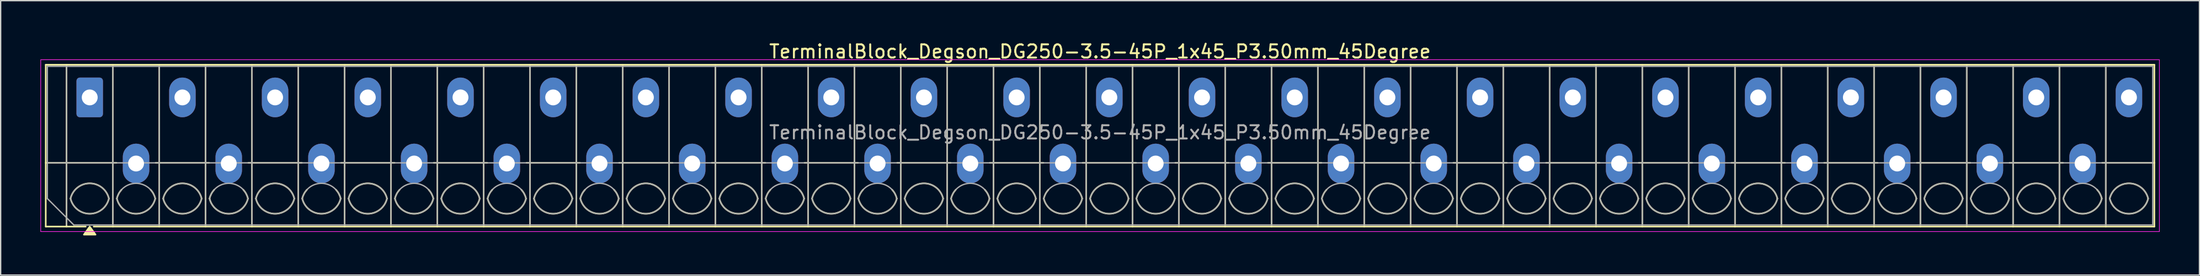
<source format=kicad_pcb>
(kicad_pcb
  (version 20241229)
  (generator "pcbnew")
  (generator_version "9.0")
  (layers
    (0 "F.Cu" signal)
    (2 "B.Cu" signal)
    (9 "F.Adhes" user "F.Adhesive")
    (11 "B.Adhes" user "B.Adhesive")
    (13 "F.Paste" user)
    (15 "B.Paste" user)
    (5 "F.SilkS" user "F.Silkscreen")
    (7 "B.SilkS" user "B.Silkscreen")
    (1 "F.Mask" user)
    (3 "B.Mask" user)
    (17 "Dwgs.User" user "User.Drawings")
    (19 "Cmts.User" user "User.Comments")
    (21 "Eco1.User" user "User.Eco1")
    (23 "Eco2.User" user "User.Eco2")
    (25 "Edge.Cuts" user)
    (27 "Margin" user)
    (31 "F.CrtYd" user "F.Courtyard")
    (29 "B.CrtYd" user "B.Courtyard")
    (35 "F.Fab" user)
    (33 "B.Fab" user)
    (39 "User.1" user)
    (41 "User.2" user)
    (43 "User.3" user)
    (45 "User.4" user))
  (footprint "TerminalBlock_Degson_DG250-3.5-45P_1x45_P3.50mm_45Degree"
    (layer "F.Cu")
    (at 3.725 4.318)
    (property "Reference" "TerminalBlock_Degson_DG250-3.5-45P_1x45_P3.50mm_45Degree" (at 76.3 -3.47 0) (layer "F.SilkS") (effects (font (size 1 1) (thickness 0.15))))
    (attr through_hole)
    (fp_line (start -3.32 -2.47) (end 155.92 -2.47) (stroke (width 0.12) (type solid)) (layer "F.SilkS"))
    (fp_line (start -3.32 4.95) (end 2.02 4.95) (stroke (width 0.12) (type solid)) (layer "F.SilkS"))
    (fp_line (start -3.32 9.77) (end -3.32 -2.47) (stroke (width 0.12) (type solid)) (layer "F.SilkS"))
    (fp_line (start -1.75 -2.47) (end -1.75 9.77) (stroke (width 0.12) (type solid)) (layer "F.SilkS"))
    (fp_line (start -0.3 9.77) (end -3.32 9.77) (stroke (width 0.12) (type solid)) (layer "F.SilkS"))
    (fp_line (start 1.75 -2.47) (end 1.75 9.77) (stroke (width 0.12) (type solid)) (layer "F.SilkS"))
    (fp_line (start 4.98 4.95) (end 9.02 4.95) (stroke (width 0.12) (type solid)) (layer "F.SilkS"))
    (fp_line (start 5.25 -2.47) (end 5.25 9.77) (stroke (width 0.12) (type solid)) (layer "F.SilkS"))
    (fp_line (start 8.75 -2.47) (end 8.75 9.77) (stroke (width 0.12) (type solid)) (layer "F.SilkS"))
    (fp_line (start 11.98 4.95) (end 16.02 4.95) (stroke (width 0.12) (type solid)) (layer "F.SilkS"))
    (fp_line (start 12.25 -2.47) (end 12.25 9.77) (stroke (width 0.12) (type solid)) (layer "F.SilkS"))
    (fp_line (start 15.75 -2.47) (end 15.75 9.77) (stroke (width 0.12) (type solid)) (layer "F.SilkS"))
    (fp_line (start 18.98 4.95) (end 23.02 4.95) (stroke (width 0.12) (type solid)) (layer "F.SilkS"))
    (fp_line (start 19.25 -2.47) (end 19.25 9.77) (stroke (width 0.12) (type solid)) (layer "F.SilkS"))
    (fp_line (start 22.75 -2.47) (end 22.75 9.77) (stroke (width 0.12) (type solid)) (layer "F.SilkS"))
    (fp_line (start 25.98 4.95) (end 30.02 4.95) (stroke (width 0.12) (type solid)) (layer "F.SilkS"))
    (fp_line (start 26.25 -2.47) (end 26.25 9.77) (stroke (width 0.12) (type solid)) (layer "F.SilkS"))
    (fp_line (start 29.75 -2.47) (end 29.75 9.77) (stroke (width 0.12) (type solid)) (layer "F.SilkS"))
    (fp_line (start 32.98 4.95) (end 37.02 4.95) (stroke (width 0.12) (type solid)) (layer "F.SilkS"))
    (fp_line (start 33.25 -2.47) (end 33.25 9.77) (stroke (width 0.12) (type solid)) (layer "F.SilkS"))
    (fp_line (start 36.75 -2.47) (end 36.75 9.77) (stroke (width 0.12) (type solid)) (layer "F.SilkS"))
    (fp_line (start 39.98 4.95) (end 44.02 4.95) (stroke (width 0.12) (type solid)) (layer "F.SilkS"))
    (fp_line (start 40.25 -2.47) (end 40.25 9.77) (stroke (width 0.12) (type solid)) (layer "F.SilkS"))
    (fp_line (start 43.75 -2.47) (end 43.75 9.77) (stroke (width 0.12) (type solid)) (layer "F.SilkS"))
    (fp_line (start 46.98 4.95) (end 51.02 4.95) (stroke (width 0.12) (type solid)) (layer "F.SilkS"))
    (fp_line (start 47.25 -2.47) (end 47.25 9.77) (stroke (width 0.12) (type solid)) (layer "F.SilkS"))
    (fp_line (start 50.75 -2.47) (end 50.75 9.77) (stroke (width 0.12) (type solid)) (layer "F.SilkS"))
    (fp_line (start 53.98 4.95) (end 58.02 4.95) (stroke (width 0.12) (type solid)) (layer "F.SilkS"))
    (fp_line (start 54.25 -2.47) (end 54.25 9.77) (stroke (width 0.12) (type solid)) (layer "F.SilkS"))
    (fp_line (start 57.75 -2.47) (end 57.75 9.77) (stroke (width 0.12) (type solid)) (layer "F.SilkS"))
    (fp_line (start 60.98 4.95) (end 65.02 4.95) (stroke (width 0.12) (type solid)) (layer "F.SilkS"))
    (fp_line (start 61.25 -2.47) (end 61.25 9.77) (stroke (width 0.12) (type solid)) (layer "F.SilkS"))
    (fp_line (start 64.75 -2.47) (end 64.75 9.77) (stroke (width 0.12) (type solid)) (layer "F.SilkS"))
    (fp_line (start 67.98 4.95) (end 72.02 4.95) (stroke (width 0.12) (type solid)) (layer "F.SilkS"))
    (fp_line (start 68.25 -2.47) (end 68.25 9.77) (stroke (width 0.12) (type solid)) (layer "F.SilkS"))
    (fp_line (start 71.75 -2.47) (end 71.75 9.77) (stroke (width 0.12) (type solid)) (layer "F.SilkS"))
    (fp_line (start 74.98 4.95) (end 79.02 4.95) (stroke (width 0.12) (type solid)) (layer "F.SilkS"))
    (fp_line (start 75.25 -2.47) (end 75.25 9.77) (stroke (width 0.12) (type solid)) (layer "F.SilkS"))
    (fp_line (start 78.75 -2.47) (end 78.75 9.77) (stroke (width 0.12) (type solid)) (layer "F.SilkS"))
    (fp_line (start 81.98 4.95) (end 86.02 4.95) (stroke (width 0.12) (type solid)) (layer "F.SilkS"))
    (fp_line (start 82.25 -2.47) (end 82.25 9.77) (stroke (width 0.12) (type solid)) (layer "F.SilkS"))
    (fp_line (start 85.75 -2.47) (end 85.75 9.77) (stroke (width 0.12) (type solid)) (layer "F.SilkS"))
    (fp_line (start 88.98 4.95) (end 93.02 4.95) (stroke (width 0.12) (type solid)) (layer "F.SilkS"))
    (fp_line (start 89.25 -2.47) (end 89.25 9.77) (stroke (width 0.12) (type solid)) (layer "F.SilkS"))
    (fp_line (start 92.75 -2.47) (end 92.75 9.77) (stroke (width 0.12) (type solid)) (layer "F.SilkS"))
    (fp_line (start 95.98 4.95) (end 100.02 4.95) (stroke (width 0.12) (type solid)) (layer "F.SilkS"))
    (fp_line (start 96.25 -2.47) (end 96.25 9.77) (stroke (width 0.12) (type solid)) (layer "F.SilkS"))
    (fp_line (start 99.75 -2.47) (end 99.75 9.77) (stroke (width 0.12) (type solid)) (layer "F.SilkS"))
    (fp_line (start 102.98 4.95) (end 107.02 4.95) (stroke (width 0.12) (type solid)) (layer "F.SilkS"))
    (fp_line (start 103.25 -2.47) (end 103.25 9.77) (stroke (width 0.12) (type solid)) (layer "F.SilkS"))
    (fp_line (start 106.75 -2.47) (end 106.75 9.77) (stroke (width 0.12) (type solid)) (layer "F.SilkS"))
    (fp_line (start 109.98 4.95) (end 114.02 4.95) (stroke (width 0.12) (type solid)) (layer "F.SilkS"))
    (fp_line (start 110.25 -2.47) (end 110.25 9.77) (stroke (width 0.12) (type solid)) (layer "F.SilkS"))
    (fp_line (start 113.75 -2.47) (end 113.75 9.77) (stroke (width 0.12) (type solid)) (layer "F.SilkS"))
    (fp_line (start 116.98 4.95) (end 121.02 4.95) (stroke (width 0.12) (type solid)) (layer "F.SilkS"))
    (fp_line (start 117.25 -2.47) (end 117.25 9.77) (stroke (width 0.12) (type solid)) (layer "F.SilkS"))
    (fp_line (start 120.75 -2.47) (end 120.75 9.77) (stroke (width 0.12) (type solid)) (layer "F.SilkS"))
    (fp_line (start 123.98 4.95) (end 128.02 4.95) (stroke (width 0.12) (type solid)) (layer "F.SilkS"))
    (fp_line (start 124.25 -2.47) (end 124.25 9.77) (stroke (width 0.12) (type solid)) (layer "F.SilkS"))
    (fp_line (start 127.75 -2.47) (end 127.75 9.77) (stroke (width 0.12) (type solid)) (layer "F.SilkS"))
    (fp_line (start 130.98 4.95) (end 135.02 4.95) (stroke (width 0.12) (type solid)) (layer "F.SilkS"))
    (fp_line (start 131.25 -2.47) (end 131.25 9.77) (stroke (width 0.12) (type solid)) (layer "F.SilkS"))
    (fp_line (start 134.75 -2.47) (end 134.75 9.77) (stroke (width 0.12) (type solid)) (layer "F.SilkS"))
    (fp_line (start 137.98 4.95) (end 142.02 4.95) (stroke (width 0.12) (type solid)) (layer "F.SilkS"))
    (fp_line (start 138.25 -2.47) (end 138.25 9.77) (stroke (width 0.12) (type solid)) (layer "F.SilkS"))
    (fp_line (start 141.75 -2.47) (end 141.75 9.77) (stroke (width 0.12) (type solid)) (layer "F.SilkS"))
    (fp_line (start 144.98 4.95) (end 149.02 4.95) (stroke (width 0.12) (type solid)) (layer "F.SilkS"))
    (fp_line (start 145.25 -2.47) (end 145.25 9.77) (stroke (width 0.12) (type solid)) (layer "F.SilkS"))
    (fp_line (start 148.75 -2.47) (end 148.75 9.77) (stroke (width 0.12) (type solid)) (layer "F.SilkS"))
    (fp_line (start 151.98 4.95) (end 155.92 4.95) (stroke (width 0.12) (type solid)) (layer "F.SilkS"))
    (fp_line (start 152.25 -2.47) (end 152.25 9.77) (stroke (width 0.12) (type solid)) (layer "F.SilkS"))
    (fp_line (start 155.92 -2.47) (end 155.92 9.77) (stroke (width 0.12) (type solid)) (layer "F.SilkS"))
    (fp_line (start 155.92 9.77) (end 0.3 9.77) (stroke (width 0.12) (type solid)) (layer "F.SilkS"))
    (fp_arc (start -1.45 7.65) (mid 0 6.5) (end 1.45 7.65) (stroke (width 0.12) (type solid)) (layer "F.SilkS"))
    (fp_arc (start 1.45 7.65) (mid 0 8.8) (end -1.45 7.65) (stroke (width 0.12) (type solid)) (layer "F.SilkS"))
    (fp_arc (start 2.05 7.65) (mid 2.18402 7.291962) (end 2.405 6.98) (stroke (width 0.12) (type solid)) (layer "F.SilkS"))
    (fp_arc (start 4.595 6.98) (mid 4.81598 7.291962) (end 4.95 7.65) (stroke (width 0.12) (type solid)) (layer "F.SilkS"))
    (fp_arc (start 4.95 7.65) (mid 3.5 8.8) (end 2.05 7.65) (stroke (width 0.12) (type solid)) (layer "F.SilkS"))
    (fp_arc (start 5.55 7.65) (mid 7 6.5) (end 8.45 7.65) (stroke (width 0.12) (type solid)) (layer "F.SilkS"))
    (fp_arc (start 8.45 7.65) (mid 7 8.8) (end 5.55 7.65) (stroke (width 0.12) (type solid)) (layer "F.SilkS"))
    (fp_arc (start 9.05 7.65) (mid 9.18402 7.291962) (end 9.405 6.98) (stroke (width 0.12) (type solid)) (layer "F.SilkS"))
    (fp_arc (start 11.595 6.98) (mid 11.81598 7.291962) (end 11.95 7.65) (stroke (width 0.12) (type solid)) (layer "F.SilkS"))
    (fp_arc (start 11.95 7.65) (mid 10.5 8.8) (end 9.05 7.65) (stroke (width 0.12) (type solid)) (layer "F.SilkS"))
    (fp_arc (start 12.55 7.65) (mid 14 6.5) (end 15.45 7.65) (stroke (width 0.12) (type solid)) (layer "F.SilkS"))
    (fp_arc (start 15.45 7.65) (mid 14 8.8) (end 12.55 7.65) (stroke (width 0.12) (type solid)) (layer "F.SilkS"))
    (fp_arc (start 16.05 7.65) (mid 16.18402 7.291962) (end 16.405 6.98) (stroke (width 0.12) (type solid)) (layer "F.SilkS"))
    (fp_arc (start 18.595 6.98) (mid 18.81598 7.291962) (end 18.95 7.65) (stroke (width 0.12) (type solid)) (layer "F.SilkS"))
    (fp_arc (start 18.95 7.65) (mid 17.5 8.8) (end 16.05 7.65) (stroke (width 0.12) (type solid)) (layer "F.SilkS"))
    (fp_arc (start 19.55 7.65) (mid 21 6.5) (end 22.45 7.65) (stroke (width 0.12) (type solid)) (layer "F.SilkS"))
    (fp_arc (start 22.45 7.65) (mid 21 8.8) (end 19.55 7.65) (stroke (width 0.12) (type solid)) (layer "F.SilkS"))
    (fp_arc (start 23.05 7.65) (mid 23.18402 7.291962) (end 23.405 6.98) (stroke (width 0.12) (type solid)) (layer "F.SilkS"))
    (fp_arc (start 25.595 6.98) (mid 25.81598 7.291962) (end 25.95 7.65) (stroke (width 0.12) (type solid)) (layer "F.SilkS"))
    (fp_arc (start 25.95 7.65) (mid 24.5 8.8) (end 23.05 7.65) (stroke (width 0.12) (type solid)) (layer "F.SilkS"))
    (fp_arc (start 26.55 7.65) (mid 28 6.5) (end 29.45 7.65) (stroke (width 0.12) (type solid)) (layer "F.SilkS"))
    (fp_arc (start 29.45 7.65) (mid 28 8.8) (end 26.55 7.65) (stroke (width 0.12) (type solid)) (layer "F.SilkS"))
    (fp_arc (start 30.05 7.65) (mid 30.18402 7.291962) (end 30.405 6.98) (stroke (width 0.12) (type solid)) (layer "F.SilkS"))
    (fp_arc (start 32.595 6.98) (mid 32.81598 7.291962) (end 32.95 7.65) (stroke (width 0.12) (type solid)) (layer "F.SilkS"))
    (fp_arc (start 32.95 7.65) (mid 31.5 8.8) (end 30.05 7.65) (stroke (width 0.12) (type solid)) (layer "F.SilkS"))
    (fp_arc (start 33.55 7.65) (mid 35 6.5) (end 36.45 7.65) (stroke (width 0.12) (type solid)) (layer "F.SilkS"))
    (fp_arc (start 36.45 7.65) (mid 35 8.8) (end 33.55 7.65) (stroke (width 0.12) (type solid)) (layer "F.SilkS"))
    (fp_arc (start 37.05 7.65) (mid 37.18402 7.291962) (end 37.405 6.98) (stroke (width 0.12) (type solid)) (layer "F.SilkS"))
    (fp_arc (start 39.595 6.98) (mid 39.81598 7.291962) (end 39.95 7.65) (stroke (width 0.12) (type solid)) (layer "F.SilkS"))
    (fp_arc (start 39.95 7.65) (mid 38.5 8.8) (end 37.05 7.65) (stroke (width 0.12) (type solid)) (layer "F.SilkS"))
    (fp_arc (start 40.55 7.65) (mid 42 6.5) (end 43.45 7.65) (stroke (width 0.12) (type solid)) (layer "F.SilkS"))
    (fp_arc (start 43.45 7.65) (mid 42 8.8) (end 40.55 7.65) (stroke (width 0.12) (type solid)) (layer "F.SilkS"))
    (fp_arc (start 44.05 7.65) (mid 44.18402 7.291962) (end 44.405 6.98) (stroke (width 0.12) (type solid)) (layer "F.SilkS"))
    (fp_arc (start 46.595 6.98) (mid 46.81598 7.291962) (end 46.95 7.65) (stroke (width 0.12) (type solid)) (layer "F.SilkS"))
    (fp_arc (start 46.95 7.65) (mid 45.5 8.8) (end 44.05 7.65) (stroke (width 0.12) (type solid)) (layer "F.SilkS"))
    (fp_arc (start 47.55 7.65) (mid 49 6.5) (end 50.45 7.65) (stroke (width 0.12) (type solid)) (layer "F.SilkS"))
    (fp_arc (start 50.45 7.65) (mid 49 8.8) (end 47.55 7.65) (stroke (width 0.12) (type solid)) (layer "F.SilkS"))
    (fp_arc (start 51.05 7.65) (mid 51.18402 7.291962) (end 51.405 6.98) (stroke (width 0.12) (type solid)) (layer "F.SilkS"))
    (fp_arc (start 53.595 6.98) (mid 53.81598 7.291962) (end 53.95 7.65) (stroke (width 0.12) (type solid)) (layer "F.SilkS"))
    (fp_arc (start 53.95 7.65) (mid 52.5 8.8) (end 51.05 7.65) (stroke (width 0.12) (type solid)) (layer "F.SilkS"))
    (fp_arc (start 54.55 7.65) (mid 56 6.5) (end 57.45 7.65) (stroke (width 0.12) (type solid)) (layer "F.SilkS"))
    (fp_arc (start 57.45 7.65) (mid 56 8.8) (end 54.55 7.65) (stroke (width 0.12) (type solid)) (layer "F.SilkS"))
    (fp_arc (start 58.05 7.65) (mid 58.18402 7.291962) (end 58.405 6.98) (stroke (width 0.12) (type solid)) (layer "F.SilkS"))
    (fp_arc (start 60.595 6.98) (mid 60.81598 7.291962) (end 60.95 7.65) (stroke (width 0.12) (type solid)) (layer "F.SilkS"))
    (fp_arc (start 60.95 7.65) (mid 59.5 8.8) (end 58.05 7.65) (stroke (width 0.12) (type solid)) (layer "F.SilkS"))
    (fp_arc (start 61.55 7.65) (mid 63 6.5) (end 64.45 7.65) (stroke (width 0.12) (type solid)) (layer "F.SilkS"))
    (fp_arc (start 64.45 7.65) (mid 63 8.8) (end 61.55 7.65) (stroke (width 0.12) (type solid)) (layer "F.SilkS"))
    (fp_arc (start 65.05 7.65) (mid 65.18402 7.291962) (end 65.405 6.98) (stroke (width 0.12) (type solid)) (layer "F.SilkS"))
    (fp_arc (start 67.595 6.98) (mid 67.81598 7.291962) (end 67.95 7.65) (stroke (width 0.12) (type solid)) (layer "F.SilkS"))
    (fp_arc (start 67.95 7.65) (mid 66.5 8.8) (end 65.05 7.65) (stroke (width 0.12) (type solid)) (layer "F.SilkS"))
    (fp_arc (start 68.55 7.65) (mid 70 6.5) (end 71.45 7.65) (stroke (width 0.12) (type solid)) (layer "F.SilkS"))
    (fp_arc (start 71.45 7.65) (mid 70 8.8) (end 68.55 7.65) (stroke (width 0.12) (type solid)) (layer "F.SilkS"))
    (fp_arc (start 72.05 7.65) (mid 72.18402 7.291962) (end 72.405 6.98) (stroke (width 0.12) (type solid)) (layer "F.SilkS"))
    (fp_arc (start 74.595 6.98) (mid 74.81598 7.291962) (end 74.95 7.65) (stroke (width 0.12) (type solid)) (layer "F.SilkS"))
    (fp_arc (start 74.95 7.65) (mid 73.5 8.8) (end 72.05 7.65) (stroke (width 0.12) (type solid)) (layer "F.SilkS"))
    (fp_arc (start 75.55 7.65) (mid 77 6.5) (end 78.45 7.65) (stroke (width 0.12) (type solid)) (layer "F.SilkS"))
    (fp_arc (start 78.45 7.65) (mid 77 8.8) (end 75.55 7.65) (stroke (width 0.12) (type solid)) (layer "F.SilkS"))
    (fp_arc (start 79.05 7.65) (mid 79.18402 7.291962) (end 79.405 6.98) (stroke (width 0.12) (type solid)) (layer "F.SilkS"))
    (fp_arc (start 81.595 6.98) (mid 81.81598 7.291962) (end 81.95 7.65) (stroke (width 0.12) (type solid)) (layer "F.SilkS"))
    (fp_arc (start 81.95 7.65) (mid 80.5 8.8) (end 79.05 7.65) (stroke (width 0.12) (type solid)) (layer "F.SilkS"))
    (fp_arc (start 82.55 7.65) (mid 84 6.5) (end 85.45 7.65) (stroke (width 0.12) (type solid)) (layer "F.SilkS"))
    (fp_arc (start 85.45 7.65) (mid 84 8.8) (end 82.55 7.65) (stroke (width 0.12) (type solid)) (layer "F.SilkS"))
    (fp_arc (start 86.05 7.65) (mid 86.18402 7.291962) (end 86.405 6.98) (stroke (width 0.12) (type solid)) (layer "F.SilkS"))
    (fp_arc (start 88.595 6.98) (mid 88.81598 7.291962) (end 88.95 7.65) (stroke (width 0.12) (type solid)) (layer "F.SilkS"))
    (fp_arc (start 88.95 7.65) (mid 87.5 8.8) (end 86.05 7.65) (stroke (width 0.12) (type solid)) (layer "F.SilkS"))
    (fp_arc (start 89.55 7.65) (mid 91 6.5) (end 92.45 7.65) (stroke (width 0.12) (type solid)) (layer "F.SilkS"))
    (fp_arc (start 92.45 7.65) (mid 91 8.8) (end 89.55 7.65) (stroke (width 0.12) (type solid)) (layer "F.SilkS"))
    (fp_arc (start 93.05 7.65) (mid 93.18402 7.291962) (end 93.405 6.98) (stroke (width 0.12) (type solid)) (layer "F.SilkS"))
    (fp_arc (start 95.595 6.98) (mid 95.81598 7.291962) (end 95.95 7.65) (stroke (width 0.12) (type solid)) (layer "F.SilkS"))
    (fp_arc (start 95.95 7.65) (mid 94.5 8.8) (end 93.05 7.65) (stroke (width 0.12) (type solid)) (layer "F.SilkS"))
    (fp_arc (start 96.55 7.65) (mid 98 6.5) (end 99.45 7.65) (stroke (width 0.12) (type solid)) (layer "F.SilkS"))
    (fp_arc (start 99.45 7.65) (mid 98 8.8) (end 96.55 7.65) (stroke (width 0.12) (type solid)) (layer "F.SilkS"))
    (fp_arc (start 100.05 7.65) (mid 100.18402 7.291962) (end 100.405 6.98) (stroke (width 0.12) (type solid)) (layer "F.SilkS"))
    (fp_arc (start 102.595 6.98) (mid 102.81598 7.291962) (end 102.95 7.65) (stroke (width 0.12) (type solid)) (layer "F.SilkS"))
    (fp_arc (start 102.95 7.65) (mid 101.5 8.8) (end 100.05 7.65) (stroke (width 0.12) (type solid)) (layer "F.SilkS"))
    (fp_arc (start 103.55 7.65) (mid 105 6.5) (end 106.45 7.65) (stroke (width 0.12) (type solid)) (layer "F.SilkS"))
    (fp_arc (start 106.45 7.65) (mid 105 8.8) (end 103.55 7.65) (stroke (width 0.12) (type solid)) (layer "F.SilkS"))
    (fp_arc (start 107.05 7.65) (mid 107.18402 7.291962) (end 107.405 6.98) (stroke (width 0.12) (type solid)) (layer "F.SilkS"))
    (fp_arc (start 109.595 6.98) (mid 109.81598 7.291962) (end 109.95 7.65) (stroke (width 0.12) (type solid)) (layer "F.SilkS"))
    (fp_arc (start 109.95 7.65) (mid 108.5 8.8) (end 107.05 7.65) (stroke (width 0.12) (type solid)) (layer "F.SilkS"))
    (fp_arc (start 110.55 7.65) (mid 112 6.5) (end 113.45 7.65) (stroke (width 0.12) (type solid)) (layer "F.SilkS"))
    (fp_arc (start 113.45 7.65) (mid 112 8.8) (end 110.55 7.65) (stroke (width 0.12) (type solid)) (layer "F.SilkS"))
    (fp_arc (start 114.05 7.65) (mid 114.18402 7.291962) (end 114.405 6.98) (stroke (width 0.12) (type solid)) (layer "F.SilkS"))
    (fp_arc (start 116.595 6.98) (mid 116.81598 7.291962) (end 116.95 7.65) (stroke (width 0.12) (type solid)) (layer "F.SilkS"))
    (fp_arc (start 116.95 7.65) (mid 115.5 8.8) (end 114.05 7.65) (stroke (width 0.12) (type solid)) (layer "F.SilkS"))
    (fp_arc (start 117.55 7.65) (mid 119 6.5) (end 120.45 7.65) (stroke (width 0.12) (type solid)) (layer "F.SilkS"))
    (fp_arc (start 120.45 7.65) (mid 119 8.8) (end 117.55 7.65) (stroke (width 0.12) (type solid)) (layer "F.SilkS"))
    (fp_arc (start 121.05 7.65) (mid 121.18402 7.291962) (end 121.405 6.98) (stroke (width 0.12) (type solid)) (layer "F.SilkS"))
    (fp_arc (start 123.595 6.98) (mid 123.81598 7.291962) (end 123.95 7.65) (stroke (width 0.12) (type solid)) (layer "F.SilkS"))
    (fp_arc (start 123.95 7.65) (mid 122.5 8.8) (end 121.05 7.65) (stroke (width 0.12) (type solid)) (layer "F.SilkS"))
    (fp_arc (start 124.55 7.65) (mid 126 6.5) (end 127.45 7.65) (stroke (width 0.12) (type solid)) (layer "F.SilkS"))
    (fp_arc (start 127.45 7.65) (mid 126 8.8) (end 124.55 7.65) (stroke (width 0.12) (type solid)) (layer "F.SilkS"))
    (fp_arc (start 128.05 7.65) (mid 128.18402 7.291962) (end 128.405 6.98) (stroke (width 0.12) (type solid)) (layer "F.SilkS"))
    (fp_arc (start 130.595 6.98) (mid 130.81598 7.291962) (end 130.95 7.65) (stroke (width 0.12) (type solid)) (layer "F.SilkS"))
    (fp_arc (start 130.95 7.65) (mid 129.5 8.8) (end 128.05 7.65) (stroke (width 0.12) (type solid)) (layer "F.SilkS"))
    (fp_arc (start 131.55 7.65) (mid 133 6.5) (end 134.45 7.65) (stroke (width 0.12) (type solid)) (layer "F.SilkS"))
    (fp_arc (start 134.45 7.65) (mid 133 8.8) (end 131.55 7.65) (stroke (width 0.12) (type solid)) (layer "F.SilkS"))
    (fp_arc (start 135.05 7.65) (mid 135.18402 7.291962) (end 135.405 6.98) (stroke (width 0.12) (type solid)) (layer "F.SilkS"))
    (fp_arc (start 137.595 6.98) (mid 137.81598 7.291962) (end 137.95 7.65) (stroke (width 0.12) (type solid)) (layer "F.SilkS"))
    (fp_arc (start 137.95 7.65) (mid 136.5 8.8) (end 135.05 7.65) (stroke (width 0.12) (type solid)) (layer "F.SilkS"))
    (fp_arc (start 138.55 7.65) (mid 140 6.5) (end 141.45 7.65) (stroke (width 0.12) (type solid)) (layer "F.SilkS"))
    (fp_arc (start 141.45 7.65) (mid 140 8.8) (end 138.55 7.65) (stroke (width 0.12) (type solid)) (layer "F.SilkS"))
    (fp_arc (start 142.05 7.65) (mid 142.18402 7.291962) (end 142.405 6.98) (stroke (width 0.12) (type solid)) (layer "F.SilkS"))
    (fp_arc (start 144.595 6.98) (mid 144.81598 7.291962) (end 144.95 7.65) (stroke (width 0.12) (type solid)) (layer "F.SilkS"))
    (fp_arc (start 144.95 7.65) (mid 143.5 8.8) (end 142.05 7.65) (stroke (width 0.12) (type solid)) (layer "F.SilkS"))
    (fp_arc (start 145.55 7.65) (mid 147 6.5) (end 148.45 7.65) (stroke (width 0.12) (type solid)) (layer "F.SilkS"))
    (fp_arc (start 148.45 7.65) (mid 147 8.8) (end 145.55 7.65) (stroke (width 0.12) (type solid)) (layer "F.SilkS"))
    (fp_arc (start 149.05 7.65) (mid 149.18402 7.291962) (end 149.405 6.98) (stroke (width 0.12) (type solid)) (layer "F.SilkS"))
    (fp_arc (start 151.595 6.98) (mid 151.81598 7.291962) (end 151.95 7.65) (stroke (width 0.12) (type solid)) (layer "F.SilkS"))
    (fp_arc (start 151.95 7.65) (mid 150.5 8.8) (end 149.05 7.65) (stroke (width 0.12) (type solid)) (layer "F.SilkS"))
    (fp_arc (start 152.55 7.65) (mid 154 6.5) (end 155.45 7.65) (stroke (width 0.12) (type solid)) (layer "F.SilkS"))
    (fp_arc (start 155.45 7.65) (mid 154 8.8) (end 152.55 7.65) (stroke (width 0.12) (type solid)) (layer "F.SilkS"))
    (fp_poly (pts (xy 0 9.77) (xy 0.44 10.38) (xy -0.44 10.38)) (stroke (width 0.12) (type solid)) (fill yes) (layer "F.SilkS"))
    (fp_rect (start -3.7 -2.85) (end 156.3 10.15) (stroke (width 0.05) (type solid)) (fill no) (layer "F.CrtYd"))
    (fp_line (start -3.2 -2.35) (end 155.8 -2.35) (stroke (width 0.1) (type solid)) (layer "F.Fab"))
    (fp_line (start -3.2 4.95) (end 155.8 4.95) (stroke (width 0.1) (type solid)) (layer "F.Fab"))
    (fp_line (start -3.2 7.65) (end -3.2 -2.35) (stroke (width 0.1) (type solid)) (layer "F.Fab"))
    (fp_line (start -1.75 -2.35) (end -1.75 9.65) (stroke (width 0.1) (type solid)) (layer "F.Fab"))
    (fp_line (start -1.2 9.65) (end -3.2 7.65) (stroke (width 0.1) (type solid)) (layer "F.Fab"))
    (fp_line (start 1.75 -2.35) (end 1.75 9.65) (stroke (width 0.1) (type solid)) (layer "F.Fab"))
    (fp_line (start 5.25 -2.35) (end 5.25 9.65) (stroke (width 0.1) (type solid)) (layer "F.Fab"))
    (fp_line (start 8.75 -2.35) (end 8.75 9.65) (stroke (width 0.1) (type solid)) (layer "F.Fab"))
    (fp_line (start 12.25 -2.35) (end 12.25 9.65) (stroke (width 0.1) (type solid)) (layer "F.Fab"))
    (fp_line (start 15.75 -2.35) (end 15.75 9.65) (stroke (width 0.1) (type solid)) (layer "F.Fab"))
    (fp_line (start 19.25 -2.35) (end 19.25 9.65) (stroke (width 0.1) (type solid)) (layer "F.Fab"))
    (fp_line (start 22.75 -2.35) (end 22.75 9.65) (stroke (width 0.1) (type solid)) (layer "F.Fab"))
    (fp_line (start 26.25 -2.35) (end 26.25 9.65) (stroke (width 0.1) (type solid)) (layer "F.Fab"))
    (fp_line (start 29.75 -2.35) (end 29.75 9.65) (stroke (width 0.1) (type solid)) (layer "F.Fab"))
    (fp_line (start 33.25 -2.35) (end 33.25 9.65) (stroke (width 0.1) (type solid)) (layer "F.Fab"))
    (fp_line (start 36.75 -2.35) (end 36.75 9.65) (stroke (width 0.1) (type solid)) (layer "F.Fab"))
    (fp_line (start 40.25 -2.35) (end 40.25 9.65) (stroke (width 0.1) (type solid)) (layer "F.Fab"))
    (fp_line (start 43.75 -2.35) (end 43.75 9.65) (stroke (width 0.1) (type solid)) (layer "F.Fab"))
    (fp_line (start 47.25 -2.35) (end 47.25 9.65) (stroke (width 0.1) (type solid)) (layer "F.Fab"))
    (fp_line (start 50.75 -2.35) (end 50.75 9.65) (stroke (width 0.1) (type solid)) (layer "F.Fab"))
    (fp_line (start 54.25 -2.35) (end 54.25 9.65) (stroke (width 0.1) (type solid)) (layer "F.Fab"))
    (fp_line (start 57.75 -2.35) (end 57.75 9.65) (stroke (width 0.1) (type solid)) (layer "F.Fab"))
    (fp_line (start 61.25 -2.35) (end 61.25 9.65) (stroke (width 0.1) (type solid)) (layer "F.Fab"))
    (fp_line (start 64.75 -2.35) (end 64.75 9.65) (stroke (width 0.1) (type solid)) (layer "F.Fab"))
    (fp_line (start 68.25 -2.35) (end 68.25 9.65) (stroke (width 0.1) (type solid)) (layer "F.Fab"))
    (fp_line (start 71.75 -2.35) (end 71.75 9.65) (stroke (width 0.1) (type solid)) (layer "F.Fab"))
    (fp_line (start 75.25 -2.35) (end 75.25 9.65) (stroke (width 0.1) (type solid)) (layer "F.Fab"))
    (fp_line (start 78.75 -2.35) (end 78.75 9.65) (stroke (width 0.1) (type solid)) (layer "F.Fab"))
    (fp_line (start 82.25 -2.35) (end 82.25 9.65) (stroke (width 0.1) (type solid)) (layer "F.Fab"))
    (fp_line (start 85.75 -2.35) (end 85.75 9.65) (stroke (width 0.1) (type solid)) (layer "F.Fab"))
    (fp_line (start 89.25 -2.35) (end 89.25 9.65) (stroke (width 0.1) (type solid)) (layer "F.Fab"))
    (fp_line (start 92.75 -2.35) (end 92.75 9.65) (stroke (width 0.1) (type solid)) (layer "F.Fab"))
    (fp_line (start 96.25 -2.35) (end 96.25 9.65) (stroke (width 0.1) (type solid)) (layer "F.Fab"))
    (fp_line (start 99.75 -2.35) (end 99.75 9.65) (stroke (width 0.1) (type solid)) (layer "F.Fab"))
    (fp_line (start 103.25 -2.35) (end 103.25 9.65) (stroke (width 0.1) (type solid)) (layer "F.Fab"))
    (fp_line (start 106.75 -2.35) (end 106.75 9.65) (stroke (width 0.1) (type solid)) (layer "F.Fab"))
    (fp_line (start 110.25 -2.35) (end 110.25 9.65) (stroke (width 0.1) (type solid)) (layer "F.Fab"))
    (fp_line (start 113.75 -2.35) (end 113.75 9.65) (stroke (width 0.1) (type solid)) (layer "F.Fab"))
    (fp_line (start 117.25 -2.35) (end 117.25 9.65) (stroke (width 0.1) (type solid)) (layer "F.Fab"))
    (fp_line (start 120.75 -2.35) (end 120.75 9.65) (stroke (width 0.1) (type solid)) (layer "F.Fab"))
    (fp_line (start 124.25 -2.35) (end 124.25 9.65) (stroke (width 0.1) (type solid)) (layer "F.Fab"))
    (fp_line (start 127.75 -2.35) (end 127.75 9.65) (stroke (width 0.1) (type solid)) (layer "F.Fab"))
    (fp_line (start 131.25 -2.35) (end 131.25 9.65) (stroke (width 0.1) (type solid)) (layer "F.Fab"))
    (fp_line (start 134.75 -2.35) (end 134.75 9.65) (stroke (width 0.1) (type solid)) (layer "F.Fab"))
    (fp_line (start 138.25 -2.35) (end 138.25 9.65) (stroke (width 0.1) (type solid)) (layer "F.Fab"))
    (fp_line (start 141.75 -2.35) (end 141.75 9.65) (stroke (width 0.1) (type solid)) (layer "F.Fab"))
    (fp_line (start 145.25 -2.35) (end 145.25 9.65) (stroke (width 0.1) (type solid)) (layer "F.Fab"))
    (fp_line (start 148.75 -2.35) (end 148.75 9.65) (stroke (width 0.1) (type solid)) (layer "F.Fab"))
    (fp_line (start 152.25 -2.35) (end 152.25 9.65) (stroke (width 0.1) (type solid)) (layer "F.Fab"))
    (fp_line (start 155.8 -2.35) (end 155.8 9.65) (stroke (width 0.1) (type solid)) (layer "F.Fab"))
    (fp_line (start 155.8 9.65) (end -1.2 9.65) (stroke (width 0.1) (type solid)) (layer "F.Fab"))
    (fp_arc (start -1.45 7.65) (mid 0 6.5) (end 1.45 7.65) (stroke (width 0.1) (type solid)) (layer "F.Fab"))
    (fp_arc (start 1.45 7.65) (mid 0 8.8) (end -1.45 7.65) (stroke (width 0.1) (type solid)) (layer "F.Fab"))
    (fp_arc (start 2.05 7.65) (mid 3.5 6.5) (end 4.95 7.65) (stroke (width 0.1) (type solid)) (layer "F.Fab"))
    (fp_arc (start 4.95 7.65) (mid 3.5 8.8) (end 2.05 7.65) (stroke (width 0.1) (type solid)) (layer "F.Fab"))
    (fp_arc (start 5.55 7.65) (mid 7 6.5) (end 8.45 7.65) (stroke (width 0.1) (type solid)) (layer "F.Fab"))
    (fp_arc (start 8.45 7.65) (mid 7 8.8) (end 5.55 7.65) (stroke (width 0.1) (type solid)) (layer "F.Fab"))
    (fp_arc (start 9.05 7.65) (mid 10.5 6.5) (end 11.95 7.65) (stroke (width 0.1) (type solid)) (layer "F.Fab"))
    (fp_arc (start 11.95 7.65) (mid 10.5 8.8) (end 9.05 7.65) (stroke (width 0.1) (type solid)) (layer "F.Fab"))
    (fp_arc (start 12.55 7.65) (mid 14 6.5) (end 15.45 7.65) (stroke (width 0.1) (type solid)) (layer "F.Fab"))
    (fp_arc (start 15.45 7.65) (mid 14 8.8) (end 12.55 7.65) (stroke (width 0.1) (type solid)) (layer "F.Fab"))
    (fp_arc (start 16.05 7.65) (mid 17.5 6.5) (end 18.95 7.65) (stroke (width 0.1) (type solid)) (layer "F.Fab"))
    (fp_arc (start 18.95 7.65) (mid 17.5 8.8) (end 16.05 7.65) (stroke (width 0.1) (type solid)) (layer "F.Fab"))
    (fp_arc (start 19.55 7.65) (mid 21 6.5) (end 22.45 7.65) (stroke (width 0.1) (type solid)) (layer "F.Fab"))
    (fp_arc (start 22.45 7.65) (mid 21 8.8) (end 19.55 7.65) (stroke (width 0.1) (type solid)) (layer "F.Fab"))
    (fp_arc (start 23.05 7.65) (mid 24.5 6.5) (end 25.95 7.65) (stroke (width 0.1) (type solid)) (layer "F.Fab"))
    (fp_arc (start 25.95 7.65) (mid 24.5 8.8) (end 23.05 7.65) (stroke (width 0.1) (type solid)) (layer "F.Fab"))
    (fp_arc (start 26.55 7.65) (mid 28 6.5) (end 29.45 7.65) (stroke (width 0.1) (type solid)) (layer "F.Fab"))
    (fp_arc (start 29.45 7.65) (mid 28 8.8) (end 26.55 7.65) (stroke (width 0.1) (type solid)) (layer "F.Fab"))
    (fp_arc (start 30.05 7.65) (mid 31.5 6.5) (end 32.95 7.65) (stroke (width 0.1) (type solid)) (layer "F.Fab"))
    (fp_arc (start 32.95 7.65) (mid 31.5 8.8) (end 30.05 7.65) (stroke (width 0.1) (type solid)) (layer "F.Fab"))
    (fp_arc (start 33.55 7.65) (mid 35 6.5) (end 36.45 7.65) (stroke (width 0.1) (type solid)) (layer "F.Fab"))
    (fp_arc (start 36.45 7.65) (mid 35 8.8) (end 33.55 7.65) (stroke (width 0.1) (type solid)) (layer "F.Fab"))
    (fp_arc (start 37.05 7.65) (mid 38.5 6.5) (end 39.95 7.65) (stroke (width 0.1) (type solid)) (layer "F.Fab"))
    (fp_arc (start 39.95 7.65) (mid 38.5 8.8) (end 37.05 7.65) (stroke (width 0.1) (type solid)) (layer "F.Fab"))
    (fp_arc (start 40.55 7.65) (mid 42 6.5) (end 43.45 7.65) (stroke (width 0.1) (type solid)) (layer "F.Fab"))
    (fp_arc (start 43.45 7.65) (mid 42 8.8) (end 40.55 7.65) (stroke (width 0.1) (type solid)) (layer "F.Fab"))
    (fp_arc (start 44.05 7.65) (mid 45.5 6.5) (end 46.95 7.65) (stroke (width 0.1) (type solid)) (layer "F.Fab"))
    (fp_arc (start 46.95 7.65) (mid 45.5 8.8) (end 44.05 7.65) (stroke (width 0.1) (type solid)) (layer "F.Fab"))
    (fp_arc (start 47.55 7.65) (mid 49 6.5) (end 50.45 7.65) (stroke (width 0.1) (type solid)) (layer "F.Fab"))
    (fp_arc (start 50.45 7.65) (mid 49 8.8) (end 47.55 7.65) (stroke (width 0.1) (type solid)) (layer "F.Fab"))
    (fp_arc (start 51.05 7.65) (mid 52.5 6.5) (end 53.95 7.65) (stroke (width 0.1) (type solid)) (layer "F.Fab"))
    (fp_arc (start 53.95 7.65) (mid 52.5 8.8) (end 51.05 7.65) (stroke (width 0.1) (type solid)) (layer "F.Fab"))
    (fp_arc (start 54.55 7.65) (mid 56 6.5) (end 57.45 7.65) (stroke (width 0.1) (type solid)) (layer "F.Fab"))
    (fp_arc (start 57.45 7.65) (mid 56 8.8) (end 54.55 7.65) (stroke (width 0.1) (type solid)) (layer "F.Fab"))
    (fp_arc (start 58.05 7.65) (mid 59.5 6.5) (end 60.95 7.65) (stroke (width 0.1) (type solid)) (layer "F.Fab"))
    (fp_arc (start 60.95 7.65) (mid 59.5 8.8) (end 58.05 7.65) (stroke (width 0.1) (type solid)) (layer "F.Fab"))
    (fp_arc (start 61.55 7.65) (mid 63 6.5) (end 64.45 7.65) (stroke (width 0.1) (type solid)) (layer "F.Fab"))
    (fp_arc (start 64.45 7.65) (mid 63 8.8) (end 61.55 7.65) (stroke (width 0.1) (type solid)) (layer "F.Fab"))
    (fp_arc (start 65.05 7.65) (mid 66.5 6.5) (end 67.95 7.65) (stroke (width 0.1) (type solid)) (layer "F.Fab"))
    (fp_arc (start 67.95 7.65) (mid 66.5 8.8) (end 65.05 7.65) (stroke (width 0.1) (type solid)) (layer "F.Fab"))
    (fp_arc (start 68.55 7.65) (mid 70 6.5) (end 71.45 7.65) (stroke (width 0.1) (type solid)) (layer "F.Fab"))
    (fp_arc (start 71.45 7.65) (mid 70 8.8) (end 68.55 7.65) (stroke (width 0.1) (type solid)) (layer "F.Fab"))
    (fp_arc (start 72.05 7.65) (mid 73.5 6.5) (end 74.95 7.65) (stroke (width 0.1) (type solid)) (layer "F.Fab"))
    (fp_arc (start 74.95 7.65) (mid 73.5 8.8) (end 72.05 7.65) (stroke (width 0.1) (type solid)) (layer "F.Fab"))
    (fp_arc (start 75.55 7.65) (mid 77 6.5) (end 78.45 7.65) (stroke (width 0.1) (type solid)) (layer "F.Fab"))
    (fp_arc (start 78.45 7.65) (mid 77 8.8) (end 75.55 7.65) (stroke (width 0.1) (type solid)) (layer "F.Fab"))
    (fp_arc (start 79.05 7.65) (mid 80.5 6.5) (end 81.95 7.65) (stroke (width 0.1) (type solid)) (layer "F.Fab"))
    (fp_arc (start 81.95 7.65) (mid 80.5 8.8) (end 79.05 7.65) (stroke (width 0.1) (type solid)) (layer "F.Fab"))
    (fp_arc (start 82.55 7.65) (mid 84 6.5) (end 85.45 7.65) (stroke (width 0.1) (type solid)) (layer "F.Fab"))
    (fp_arc (start 85.45 7.65) (mid 84 8.8) (end 82.55 7.65) (stroke (width 0.1) (type solid)) (layer "F.Fab"))
    (fp_arc (start 86.05 7.65) (mid 87.5 6.5) (end 88.95 7.65) (stroke (width 0.1) (type solid)) (layer "F.Fab"))
    (fp_arc (start 88.95 7.65) (mid 87.5 8.8) (end 86.05 7.65) (stroke (width 0.1) (type solid)) (layer "F.Fab"))
    (fp_arc (start 89.55 7.65) (mid 91 6.5) (end 92.45 7.65) (stroke (width 0.1) (type solid)) (layer "F.Fab"))
    (fp_arc (start 92.45 7.65) (mid 91 8.8) (end 89.55 7.65) (stroke (width 0.1) (type solid)) (layer "F.Fab"))
    (fp_arc (start 93.05 7.65) (mid 94.5 6.5) (end 95.95 7.65) (stroke (width 0.1) (type solid)) (layer "F.Fab"))
    (fp_arc (start 95.95 7.65) (mid 94.5 8.8) (end 93.05 7.65) (stroke (width 0.1) (type solid)) (layer "F.Fab"))
    (fp_arc (start 96.55 7.65) (mid 98 6.5) (end 99.45 7.65) (stroke (width 0.1) (type solid)) (layer "F.Fab"))
    (fp_arc (start 99.45 7.65) (mid 98 8.8) (end 96.55 7.65) (stroke (width 0.1) (type solid)) (layer "F.Fab"))
    (fp_arc (start 100.05 7.65) (mid 101.5 6.5) (end 102.95 7.65) (stroke (width 0.1) (type solid)) (layer "F.Fab"))
    (fp_arc (start 102.95 7.65) (mid 101.5 8.8) (end 100.05 7.65) (stroke (width 0.1) (type solid)) (layer "F.Fab"))
    (fp_arc (start 103.55 7.65) (mid 105 6.5) (end 106.45 7.65) (stroke (width 0.1) (type solid)) (layer "F.Fab"))
    (fp_arc (start 106.45 7.65) (mid 105 8.8) (end 103.55 7.65) (stroke (width 0.1) (type solid)) (layer "F.Fab"))
    (fp_arc (start 107.05 7.65) (mid 108.5 6.5) (end 109.95 7.65) (stroke (width 0.1) (type solid)) (layer "F.Fab"))
    (fp_arc (start 109.95 7.65) (mid 108.5 8.8) (end 107.05 7.65) (stroke (width 0.1) (type solid)) (layer "F.Fab"))
    (fp_arc (start 110.55 7.65) (mid 112 6.5) (end 113.45 7.65) (stroke (width 0.1) (type solid)) (layer "F.Fab"))
    (fp_arc (start 113.45 7.65) (mid 112 8.8) (end 110.55 7.65) (stroke (width 0.1) (type solid)) (layer "F.Fab"))
    (fp_arc (start 114.05 7.65) (mid 115.5 6.5) (end 116.95 7.65) (stroke (width 0.1) (type solid)) (layer "F.Fab"))
    (fp_arc (start 116.95 7.65) (mid 115.5 8.8) (end 114.05 7.65) (stroke (width 0.1) (type solid)) (layer "F.Fab"))
    (fp_arc (start 117.55 7.65) (mid 119 6.5) (end 120.45 7.65) (stroke (width 0.1) (type solid)) (layer "F.Fab"))
    (fp_arc (start 120.45 7.65) (mid 119 8.8) (end 117.55 7.65) (stroke (width 0.1) (type solid)) (layer "F.Fab"))
    (fp_arc (start 121.05 7.65) (mid 122.5 6.5) (end 123.95 7.65) (stroke (width 0.1) (type solid)) (layer "F.Fab"))
    (fp_arc (start 123.95 7.65) (mid 122.5 8.8) (end 121.05 7.65) (stroke (width 0.1) (type solid)) (layer "F.Fab"))
    (fp_arc (start 124.55 7.65) (mid 126 6.5) (end 127.45 7.65) (stroke (width 0.1) (type solid)) (layer "F.Fab"))
    (fp_arc (start 127.45 7.65) (mid 126 8.8) (end 124.55 7.65) (stroke (width 0.1) (type solid)) (layer "F.Fab"))
    (fp_arc (start 128.05 7.65) (mid 129.5 6.5) (end 130.95 7.65) (stroke (width 0.1) (type solid)) (layer "F.Fab"))
    (fp_arc (start 130.95 7.65) (mid 129.5 8.8) (end 128.05 7.65) (stroke (width 0.1) (type solid)) (layer "F.Fab"))
    (fp_arc (start 131.55 7.65) (mid 133 6.5) (end 134.45 7.65) (stroke (width 0.1) (type solid)) (layer "F.Fab"))
    (fp_arc (start 134.45 7.65) (mid 133 8.8) (end 131.55 7.65) (stroke (width 0.1) (type solid)) (layer "F.Fab"))
    (fp_arc (start 135.05 7.65) (mid 136.5 6.5) (end 137.95 7.65) (stroke (width 0.1) (type solid)) (layer "F.Fab"))
    (fp_arc (start 137.95 7.65) (mid 136.5 8.8) (end 135.05 7.65) (stroke (width 0.1) (type solid)) (layer "F.Fab"))
    (fp_arc (start 138.55 7.65) (mid 140 6.5) (end 141.45 7.65) (stroke (width 0.1) (type solid)) (layer "F.Fab"))
    (fp_arc (start 141.45 7.65) (mid 140 8.8) (end 138.55 7.65) (stroke (width 0.1) (type solid)) (layer "F.Fab"))
    (fp_arc (start 142.05 7.65) (mid 143.5 6.5) (end 144.95 7.65) (stroke (width 0.1) (type solid)) (layer "F.Fab"))
    (fp_arc (start 144.95 7.65) (mid 143.5 8.8) (end 142.05 7.65) (stroke (width 0.1) (type solid)) (layer "F.Fab"))
    (fp_arc (start 145.55 7.65) (mid 147 6.5) (end 148.45 7.65) (stroke (width 0.1) (type solid)) (layer "F.Fab"))
    (fp_arc (start 148.45 7.65) (mid 147 8.8) (end 145.55 7.65) (stroke (width 0.1) (type solid)) (layer "F.Fab"))
    (fp_arc (start 149.05 7.65) (mid 150.5 6.5) (end 151.95 7.65) (stroke (width 0.1) (type solid)) (layer "F.Fab"))
    (fp_arc (start 151.95 7.65) (mid 150.5 8.8) (end 149.05 7.65) (stroke (width 0.1) (type solid)) (layer "F.Fab"))
    (fp_arc (start 152.55 7.65) (mid 154 6.5) (end 155.45 7.65) (stroke (width 0.1) (type solid)) (layer "F.Fab"))
    (fp_arc (start 155.45 7.65) (mid 154 8.8) (end 152.55 7.65) (stroke (width 0.1) (type solid)) (layer "F.Fab"))
    (fp_text user "${REFERENCE}" (at 76.3 2.65 0) (layer "F.Fab") (effects (font (size 1 1) (thickness 0.15))))
    (pad "1" thru_hole roundrect (at 0 0) (size 2 3) (drill 1.2) (layers "*.Cu" "*.Mask") (roundrect_rratio 0.125))
    (pad "2" thru_hole oval (at 3.5 5) (size 2 3) (drill 1.2) (layers "*.Cu" "*.Mask"))
    (pad "3" thru_hole oval (at 7 0) (size 2 3) (drill 1.2) (layers "*.Cu" "*.Mask"))
    (pad "4" thru_hole oval (at 10.5 5) (size 2 3) (drill 1.2) (layers "*.Cu" "*.Mask"))
    (pad "5" thru_hole oval (at 14 0) (size 2 3) (drill 1.2) (layers "*.Cu" "*.Mask"))
    (pad "6" thru_hole oval (at 17.5 5) (size 2 3) (drill 1.2) (layers "*.Cu" "*.Mask"))
    (pad "7" thru_hole oval (at 21 0) (size 2 3) (drill 1.2) (layers "*.Cu" "*.Mask"))
    (pad "8" thru_hole oval (at 24.5 5) (size 2 3) (drill 1.2) (layers "*.Cu" "*.Mask"))
    (pad "9" thru_hole oval (at 28 0) (size 2 3) (drill 1.2) (layers "*.Cu" "*.Mask"))
    (pad "10" thru_hole oval (at 31.5 5) (size 2 3) (drill 1.2) (layers "*.Cu" "*.Mask"))
    (pad "11" thru_hole oval (at 35 0) (size 2 3) (drill 1.2) (layers "*.Cu" "*.Mask"))
    (pad "12" thru_hole oval (at 38.5 5) (size 2 3) (drill 1.2) (layers "*.Cu" "*.Mask"))
    (pad "13" thru_hole oval (at 42 0) (size 2 3) (drill 1.2) (layers "*.Cu" "*.Mask"))
    (pad "14" thru_hole oval (at 45.5 5) (size 2 3) (drill 1.2) (layers "*.Cu" "*.Mask"))
    (pad "15" thru_hole oval (at 49 0) (size 2 3) (drill 1.2) (layers "*.Cu" "*.Mask"))
    (pad "16" thru_hole oval (at 52.5 5) (size 2 3) (drill 1.2) (layers "*.Cu" "*.Mask"))
    (pad "17" thru_hole oval (at 56 0) (size 2 3) (drill 1.2) (layers "*.Cu" "*.Mask"))
    (pad "18" thru_hole oval (at 59.5 5) (size 2 3) (drill 1.2) (layers "*.Cu" "*.Mask"))
    (pad "19" thru_hole oval (at 63 0) (size 2 3) (drill 1.2) (layers "*.Cu" "*.Mask"))
    (pad "20" thru_hole oval (at 66.5 5) (size 2 3) (drill 1.2) (layers "*.Cu" "*.Mask"))
    (pad "21" thru_hole oval (at 70 0) (size 2 3) (drill 1.2) (layers "*.Cu" "*.Mask"))
    (pad "22" thru_hole oval (at 73.5 5) (size 2 3) (drill 1.2) (layers "*.Cu" "*.Mask"))
    (pad "23" thru_hole oval (at 77 0) (size 2 3) (drill 1.2) (layers "*.Cu" "*.Mask"))
    (pad "24" thru_hole oval (at 80.5 5) (size 2 3) (drill 1.2) (layers "*.Cu" "*.Mask"))
    (pad "25" thru_hole oval (at 84 0) (size 2 3) (drill 1.2) (layers "*.Cu" "*.Mask"))
    (pad "26" thru_hole oval (at 87.5 5) (size 2 3) (drill 1.2) (layers "*.Cu" "*.Mask"))
    (pad "27" thru_hole oval (at 91 0) (size 2 3) (drill 1.2) (layers "*.Cu" "*.Mask"))
    (pad "28" thru_hole oval (at 94.5 5) (size 2 3) (drill 1.2) (layers "*.Cu" "*.Mask"))
    (pad "29" thru_hole oval (at 98 0) (size 2 3) (drill 1.2) (layers "*.Cu" "*.Mask"))
    (pad "30" thru_hole oval (at 101.5 5) (size 2 3) (drill 1.2) (layers "*.Cu" "*.Mask"))
    (pad "31" thru_hole oval (at 105 0) (size 2 3) (drill 1.2) (layers "*.Cu" "*.Mask"))
    (pad "32" thru_hole oval (at 108.5 5) (size 2 3) (drill 1.2) (layers "*.Cu" "*.Mask"))
    (pad "33" thru_hole oval (at 112 0) (size 2 3) (drill 1.2) (layers "*.Cu" "*.Mask"))
    (pad "34" thru_hole oval (at 115.5 5) (size 2 3) (drill 1.2) (layers "*.Cu" "*.Mask"))
    (pad "35" thru_hole oval (at 119 0) (size 2 3) (drill 1.2) (layers "*.Cu" "*.Mask"))
    (pad "36" thru_hole oval (at 122.5 5) (size 2 3) (drill 1.2) (layers "*.Cu" "*.Mask"))
    (pad "37" thru_hole oval (at 126 0) (size 2 3) (drill 1.2) (layers "*.Cu" "*.Mask"))
    (pad "38" thru_hole oval (at 129.5 5) (size 2 3) (drill 1.2) (layers "*.Cu" "*.Mask"))
    (pad "39" thru_hole oval (at 133 0) (size 2 3) (drill 1.2) (layers "*.Cu" "*.Mask"))
    (pad "40" thru_hole oval (at 136.5 5) (size 2 3) (drill 1.2) (layers "*.Cu" "*.Mask"))
    (pad "41" thru_hole oval (at 140 0) (size 2 3) (drill 1.2) (layers "*.Cu" "*.Mask"))
    (pad "42" thru_hole oval (at 143.5 5) (size 2 3) (drill 1.2) (layers "*.Cu" "*.Mask"))
    (pad "43" thru_hole oval (at 147 0) (size 2 3) (drill 1.2) (layers "*.Cu" "*.Mask"))
    (pad "44" thru_hole oval (at 150.5 5) (size 2 3) (drill 1.2) (layers "*.Cu" "*.Mask"))
    (pad "45" thru_hole oval (at 154 0) (size 2 3) (drill 1.2) (layers "*.Cu" "*.Mask")))
  (gr_rect
    (start -3 -3)
    (end 163.05 17.758)
    (stroke (width 0.1) (type default))
    (fill no)
    (layer "Edge.Cuts")))
</source>
